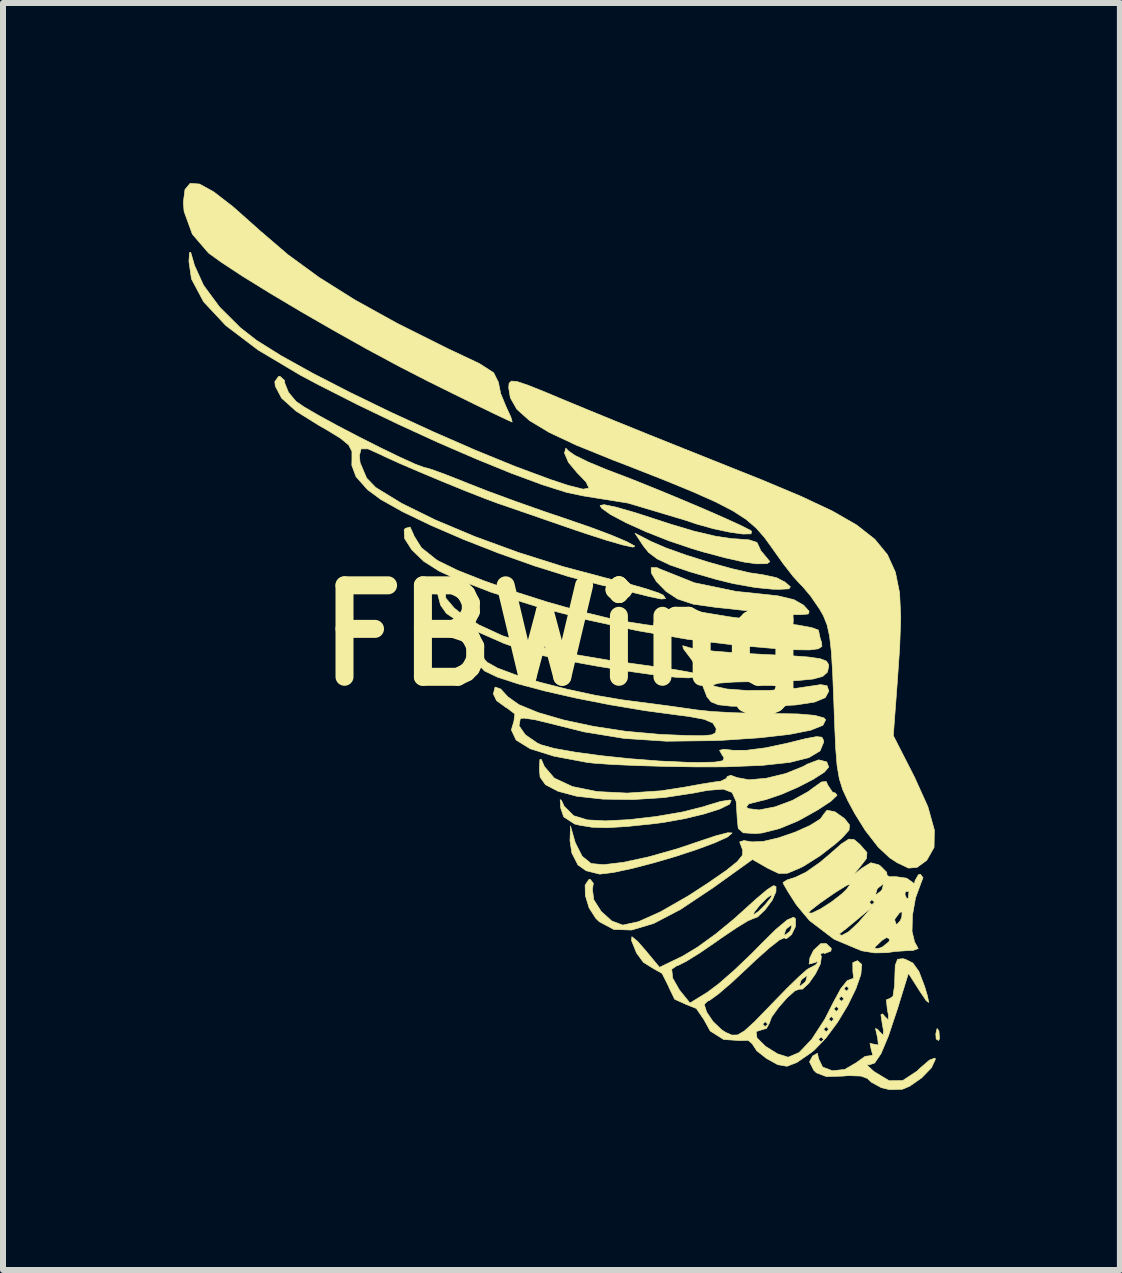
<source format=kicad_pcb>
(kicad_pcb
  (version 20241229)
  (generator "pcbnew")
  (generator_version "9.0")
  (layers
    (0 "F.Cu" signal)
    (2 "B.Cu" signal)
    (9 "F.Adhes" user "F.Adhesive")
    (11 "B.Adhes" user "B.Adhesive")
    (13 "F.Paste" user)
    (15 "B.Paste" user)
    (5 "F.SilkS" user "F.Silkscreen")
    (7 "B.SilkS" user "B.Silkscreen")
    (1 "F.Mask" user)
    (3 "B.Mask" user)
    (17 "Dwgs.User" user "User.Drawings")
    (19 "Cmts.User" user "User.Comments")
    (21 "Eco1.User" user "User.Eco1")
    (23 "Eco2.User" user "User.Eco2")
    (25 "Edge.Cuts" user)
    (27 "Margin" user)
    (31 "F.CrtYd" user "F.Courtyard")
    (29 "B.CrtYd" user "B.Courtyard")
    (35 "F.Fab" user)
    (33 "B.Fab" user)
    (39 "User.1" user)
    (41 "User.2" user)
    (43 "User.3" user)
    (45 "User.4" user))
  (footprint "FBWing"
    (layer "F.Cu")
    (at 6.355 7.537)
    (property "Reference" "FBWing" (at 0 0 0) (layer "F.SilkS") (effects (font (size 1.524 1.524) (thickness 0.3))))
    (attr through_hole)
    (fp_poly (pts (xy 6.239 6.588) (xy 6.249 6.72) (xy 6.232 6.75) (xy 6.193 6.725) (xy 6.187 6.639) (xy 6.208 6.549) (xy 6.239 6.588)) (stroke (width 0.01) (type solid)) (fill yes) (layer "F.SilkS"))
    (fp_poly (pts (xy 1.445 -1.564) (xy 1.688 -1.459) (xy 2.024 -1.339) (xy 2.405 -1.219) (xy 2.777 -1.115) (xy 3.092 -1.042) (xy 3.296 -1.013) (xy 3.533 -0.962) (xy 3.678 -0.886) (xy 3.764 -0.811) (xy 3.741 -0.776) (xy 3.583 -0.768) (xy 3.466 -0.77) (xy 3.179 -0.798) (xy 2.819 -0.862) (xy 2.54 -0.93) (xy 2.084 -1.062) (xy 1.763 -1.172) (xy 1.546 -1.274) (xy 1.402 -1.382) (xy 1.313 -1.493) (xy 1.175 -1.703) (xy 1.445 -1.564)) (stroke (width 0.01) (type solid)) (fill yes) (layer "F.SilkS"))
    (fp_poly (pts (xy 1.539 -1.13) (xy 1.587 -1.108) (xy 2.165 -0.877) (xy 2.86 -0.733) (xy 3.157 -0.703) (xy 3.558 -0.659) (xy 3.822 -0.596) (xy 3.981 -0.506) (xy 3.993 -0.494) (xy 4.077 -0.401) (xy 4.063 -0.357) (xy 3.926 -0.345) (xy 3.747 -0.348) (xy 3.479 -0.36) (xy 3.271 -0.377) (xy 3.217 -0.386) (xy 3.072 -0.407) (xy 2.814 -0.437) (xy 2.517 -0.468) (xy 2.144 -0.521) (xy 1.883 -0.608) (xy 1.692 -0.734) (xy 1.531 -0.899) (xy 1.446 -1.042) (xy 1.445 -1.13) (xy 1.539 -1.13)) (stroke (width 0.01) (type solid)) (fill yes) (layer "F.SilkS"))
    (fp_poly (pts (xy 0.18 3.454) (xy 0.295 3.68) (xy 0.445 3.801) (xy 0.651 3.82) (xy 0.98 3.781) (xy 1.397 3.691) (xy 1.869 3.558) (xy 2.262 3.426) (xy 2.528 3.337) (xy 2.719 3.288) (xy 2.794 3.291) (xy 2.794 3.291) (xy 2.718 3.358) (xy 2.512 3.452) (xy 2.214 3.563) (xy 1.86 3.68) (xy 1.484 3.79) (xy 1.123 3.884) (xy 0.814 3.95) (xy 0.591 3.977) (xy 0.585 3.977) (xy 0.361 3.921) (xy 0.225 3.825) (xy 0.123 3.626) (xy 0.092 3.422) (xy 0.1 3.175) (xy 0.18 3.454)) (stroke (width 0.01) (type solid)) (fill yes) (layer "F.SilkS"))
    (fp_poly (pts (xy -0.047 2.755) (xy -0.006 2.845) (xy 0.153 3.004) (xy 0.384 3.074) (xy 0.681 3.09) (xy 1.082 3.069) (xy 1.528 3.017) (xy 1.961 2.943) (xy 2.32 2.853) (xy 2.379 2.833) (xy 2.602 2.766) (xy 2.751 2.743) (xy 2.778 2.75) (xy 2.751 2.812) (xy 2.591 2.891) (xy 2.331 2.974) (xy 2.005 3.053) (xy 1.647 3.117) (xy 1.494 3.137) (xy 1.038 3.184) (xy 0.707 3.204) (xy 0.457 3.196) (xy 0.245 3.161) (xy 0.169 3.142) (xy -0.013 3.023) (xy -0.063 2.875) (xy -0.072 2.735) (xy -0.047 2.755)) (stroke (width 0.01) (type solid)) (fill yes) (layer "F.SilkS"))
    (fp_poly (pts (xy 0.861 -2.137) (xy 1.206 -2.037) (xy 1.7 -1.876) (xy 1.777 -1.851) (xy 2.151 -1.739) (xy 2.512 -1.654) (xy 2.796 -1.611) (xy 2.857 -1.609) (xy 3.077 -1.592) (xy 3.204 -1.551) (xy 3.217 -1.53) (xy 3.271 -1.413) (xy 3.35 -1.318) (xy 3.423 -1.229) (xy 3.376 -1.195) (xy 3.202 -1.193) (xy 2.998 -1.221) (xy 2.686 -1.291) (xy 2.318 -1.389) (xy 2.127 -1.446) (xy 1.741 -1.576) (xy 1.364 -1.725) (xy 1.029 -1.876) (xy 0.769 -2.013) (xy 0.618 -2.121) (xy 0.593 -2.164) (xy 0.659 -2.179) (xy 0.861 -2.137)) (stroke (width 0.01) (type solid)) (fill yes) (layer "F.SilkS"))
    (fp_poly (pts (xy -1.974 -0.866) (xy -1.987 -0.769) (xy -1.977 -0.621) (xy -1.837 -0.456) (xy -1.756 -0.391) (xy -1.426 -0.176) (xy -1.034 0.005) (xy -0.557 0.159) (xy 0.031 0.294) (xy 0.752 0.416) (xy 1.184 0.476) (xy 1.57 0.529) (xy 1.89 0.578) (xy 2.11 0.618) (xy 2.193 0.641) (xy 2.199 0.692) (xy 2.066 0.708) (xy 1.863 0.698) (xy 1.495 0.658) (xy 1.036 0.593) (xy 0.541 0.512) (xy 0.063 0.425) (xy -0.345 0.34) (xy -0.593 0.277) (xy -1.006 0.134) (xy -1.425 -0.05) (xy -1.786 -0.243) (xy -1.968 -0.367) (xy -2.064 -0.504) (xy -2.112 -0.686) (xy -2.105 -0.85) (xy -2.038 -0.93) (xy -2.026 -0.931) (xy -1.974 -0.866)) (stroke (width 0.01) (type solid)) (fill yes) (layer "F.SilkS"))
    (fp_poly (pts (xy -6.081 -7.521) (xy -5.846 -7.392) (xy -5.521 -7.141) (xy -5.098 -6.765) (xy -5.069 -6.739) (xy -4.608 -6.344) (xy -4.089 -5.965) (xy -3.489 -5.588) (xy -2.786 -5.199) (xy -1.956 -4.784) (xy -1.418 -4.53) (xy -1.18 -4.377) (xy -1.101 -4.219) (xy -1.063 -4.03) (xy -0.971 -3.806) (xy -0.893 -3.638) (xy -0.871 -3.557) (xy -0.873 -3.556) (xy -0.955 -3.592) (xy -1.164 -3.691) (xy -1.476 -3.842) (xy -1.865 -4.033) (xy -2.277 -4.237) (xy -2.754 -4.482) (xy -3.286 -4.768) (xy -3.843 -5.08) (xy -4.395 -5.398) (xy -4.912 -5.706) (xy -5.364 -5.985) (xy -5.721 -6.22) (xy -5.931 -6.372) (xy -6.2 -6.685) (xy -6.338 -7.064) (xy -6.35 -7.216) (xy -6.323 -7.429) (xy -6.237 -7.532) (xy -6.081 -7.521)) (stroke (width 0.01) (type solid)) (fill yes) (layer "F.SilkS"))
    (fp_poly (pts (xy 2.059 0.197) (xy 2.076 0.204) (xy 2.222 0.233) (xy 2.499 0.263) (xy 2.867 0.292) (xy 3.289 0.315) (xy 3.323 0.317) (xy 3.771 0.338) (xy 4.076 0.361) (xy 4.265 0.389) (xy 4.364 0.428) (xy 4.4 0.483) (xy 4.403 0.511) (xy 4.382 0.612) (xy 4.304 0.682) (xy 4.143 0.727) (xy 3.875 0.753) (xy 3.474 0.765) (xy 3.232 0.768) (xy 2.823 0.777) (xy 2.568 0.796) (xy 2.474 0.824) (xy 2.498 0.847) (xy 2.708 0.893) (xy 3.029 0.917) (xy 3.405 0.916) (xy 3.78 0.892) (xy 4.043 0.854) (xy 4.269 0.82) (xy 4.374 0.838) (xy 4.402 0.918) (xy 4.403 0.932) (xy 4.346 1.036) (xy 4.168 1.111) (xy 3.854 1.159) (xy 3.392 1.182) (xy 3.114 1.184) (xy 2.774 1.179) (xy 2.563 1.156) (xy 2.443 1.107) (xy 2.374 1.023) (xy 2.374 1.022) (xy 2.301 0.833) (xy 2.286 0.737) (xy 2.237 0.592) (xy 2.116 0.4) (xy 2.098 0.376) (xy 1.982 0.222) (xy 1.97 0.171) (xy 2.059 0.197)) (stroke (width 0.01) (type solid)) (fill yes) (layer "F.SilkS"))
    (fp_poly (pts (xy -2.509 -1.668) (xy -2.508 -1.66) (xy -2.384 -1.461) (xy -2.134 -1.261) (xy -2.095 -1.238) (xy -1.785 -1.086) (xy -1.352 -0.914) (xy -0.841 -0.733) (xy -0.294 -0.559) (xy 0.246 -0.406) (xy 0.734 -0.287) (xy 1.016 -0.232) (xy 1.363 -0.177) (xy 1.577 -0.153) (xy 1.692 -0.162) (xy 1.741 -0.208) (xy 1.76 -0.293) (xy 1.761 -0.298) (xy 1.783 -0.393) (xy 1.839 -0.438) (xy 1.969 -0.439) (xy 2.21 -0.401) (xy 2.354 -0.375) (xy 2.742 -0.311) (xy 3.196 -0.251) (xy 3.577 -0.209) (xy 3.886 -0.173) (xy 4.117 -0.131) (xy 4.229 -0.09) (xy 4.233 -0.082) (xy 4.261 0.05) (xy 4.285 0.12) (xy 4.289 0.183) (xy 4.23 0.223) (xy 4.087 0.242) (xy 3.841 0.239) (xy 3.47 0.216) (xy 2.954 0.172) (xy 2.879 0.166) (xy 2.071 0.068) (xy 1.219 -0.078) (xy 0.362 -0.264) (xy -0.461 -0.48) (xy -1.211 -0.715) (xy -1.849 -0.961) (xy -2.089 -1.072) (xy -2.344 -1.234) (xy -2.544 -1.427) (xy -2.663 -1.613) (xy -2.671 -1.759) (xy -2.652 -1.784) (xy -2.571 -1.805) (xy -2.509 -1.668)) (stroke (width 0.01) (type solid)) (fill yes) (layer "F.SilkS"))
    (fp_poly (pts (xy 4.507 2.939) (xy 4.665 3.051) (xy 4.673 3.06) (xy 4.75 3.158) (xy 4.741 3.246) (xy 4.629 3.371) (xy 4.515 3.473) (xy 4.258 3.672) (xy 3.989 3.842) (xy 3.92 3.877) (xy 3.715 3.963) (xy 3.57 3.966) (xy 3.4 3.886) (xy 3.38 3.875) (xy 3.132 3.733) (xy 2.48 4.201) (xy 1.936 4.564) (xy 1.487 4.799) (xy 1.119 4.909) (xy 0.822 4.899) (xy 0.581 4.771) (xy 0.523 4.715) (xy 0.41 4.539) (xy 0.348 4.335) (xy 0.344 4.16) (xy 0.406 4.068) (xy 0.429 4.064) (xy 0.481 4.13) (xy 0.466 4.232) (xy 0.488 4.404) (xy 0.611 4.598) (xy 0.788 4.758) (xy 0.969 4.826) (xy 0.973 4.826) (xy 1.232 4.77) (xy 1.6 4.605) (xy 2.061 4.341) (xy 2.386 4.13) (xy 2.695 3.917) (xy 2.88 3.768) (xy 2.965 3.662) (xy 2.97 3.574) (xy 2.956 3.542) (xy 2.919 3.44) (xy 2.99 3.418) (xy 3.124 3.44) (xy 3.309 3.433) (xy 3.565 3.373) (xy 3.842 3.278) (xy 4.092 3.166) (xy 4.266 3.057) (xy 4.318 2.982) (xy 4.374 2.912) (xy 4.507 2.939)) (stroke (width 0.01) (type solid)) (fill yes) (layer "F.SilkS"))
    (fp_poly (pts (xy -6.184 -6.235) (xy -6.165 -6.167) (xy -6.014 -5.834) (xy -5.747 -5.472) (xy -5.4 -5.126) (xy -5.13 -4.916) (xy -4.726 -4.663) (xy -4.197 -4.369) (xy -3.575 -4.049) (xy -2.893 -3.718) (xy -2.185 -3.392) (xy -1.484 -3.086) (xy -0.823 -2.816) (xy -0.236 -2.598) (xy 0.064 -2.499) (xy 0.31 -2.437) (xy 0.408 -2.454) (xy 0.36 -2.556) (xy 0.212 -2.709) (xy 0.067 -2.882) (xy 0.002 -3.033) (xy 0.001 -3.042) (xy 0.023 -3.12) (xy 0.067 -3.074) (xy 0.172 -3) (xy 0.395 -2.89) (xy 0.695 -2.765) (xy 0.806 -2.723) (xy 1.135 -2.597) (xy 1.518 -2.443) (xy 1.922 -2.276) (xy 2.314 -2.11) (xy 2.662 -1.958) (xy 2.932 -1.835) (xy 3.091 -1.754) (xy 3.118 -1.736) (xy 3.109 -1.692) (xy 2.974 -1.689) (xy 2.752 -1.72) (xy 2.48 -1.778) (xy 2.195 -1.858) (xy 2.032 -1.914) (xy 1.057 -2.205) (xy 0.32 -2.323) (xy 0.038 -2.382) (xy -0.369 -2.511) (xy -0.878 -2.699) (xy -1.463 -2.937) (xy -2.102 -3.213) (xy -2.769 -3.519) (xy -3.441 -3.842) (xy -4.095 -4.174) (xy -4.4 -4.336) (xy -5.104 -4.755) (xy -5.641 -5.162) (xy -6.012 -5.558) (xy -6.215 -5.94) (xy -6.257 -6.23) (xy -6.248 -6.378) (xy -6.228 -6.383) (xy -6.184 -6.235)) (stroke (width 0.01) (type solid)) (fill yes) (layer "F.SilkS"))
    (fp_poly (pts (xy -0.335 2.184) (xy -0.17 2.377) (xy 0.131 2.518) (xy 0.545 2.602) (xy 1.046 2.627) (xy 1.609 2.589) (xy 1.995 2.529) (xy 2.282 2.477) (xy 2.507 2.441) (xy 2.603 2.43) (xy 2.702 2.381) (xy 2.709 2.354) (xy 2.77 2.33) (xy 2.876 2.369) (xy 3.076 2.406) (xy 3.366 2.379) (xy 3.687 2.301) (xy 3.977 2.184) (xy 4.045 2.145) (xy 4.236 2.073) (xy 4.37 2.107) (xy 4.403 2.193) (xy 4.331 2.278) (xy 4.144 2.398) (xy 3.89 2.529) (xy 3.613 2.649) (xy 3.359 2.735) (xy 3.27 2.756) (xy 3.07 2.807) (xy 3.031 2.86) (xy 3.064 2.886) (xy 3.242 2.908) (xy 3.506 2.857) (xy 3.798 2.749) (xy 4.062 2.602) (xy 4.123 2.556) (xy 4.284 2.441) (xy 4.362 2.435) (xy 4.388 2.495) (xy 4.465 2.611) (xy 4.515 2.627) (xy 4.542 2.665) (xy 4.44 2.762) (xy 4.23 2.901) (xy 3.935 3.067) (xy 3.876 3.097) (xy 3.583 3.218) (xy 3.292 3.292) (xy 3.178 3.302) (xy 2.978 3.289) (xy 2.895 3.217) (xy 2.877 3.04) (xy 2.877 3.027) (xy 2.861 2.767) (xy 2.793 2.617) (xy 2.645 2.561) (xy 2.385 2.582) (xy 2.144 2.628) (xy 1.66 2.702) (xy 1.142 2.735) (xy 0.64 2.728) (xy 0.205 2.68) (xy -0.106 2.597) (xy -0.317 2.487) (xy -0.406 2.361) (xy -0.418 2.227) (xy -0.41 2.068) (xy -0.385 2.067) (xy -0.335 2.184)) (stroke (width 0.01) (type solid)) (fill yes) (layer "F.SilkS"))
    (fp_poly (pts (xy -0.787 -4.229) (xy -0.606 -4.168) (xy -0.314 -4.051) (xy -0.021 -3.928) (xy 0.358 -3.771) (xy 0.849 -3.57) (xy 1.407 -3.344) (xy 1.988 -3.111) (xy 2.484 -2.913) (xy 3.283 -2.594) (xy 3.938 -2.319) (xy 4.462 -2.073) (xy 4.868 -1.84) (xy 5.17 -1.603) (xy 5.381 -1.346) (xy 5.514 -1.053) (xy 5.584 -0.708) (xy 5.603 -0.295) (xy 5.585 0.203) (xy 5.546 0.771) (xy 5.479 1.669) (xy 5.83 2.357) (xy 6.055 2.854) (xy 6.163 3.242) (xy 6.158 3.533) (xy 6.04 3.741) (xy 6.026 3.755) (xy 5.875 3.865) (xy 5.733 3.877) (xy 5.545 3.788) (xy 5.417 3.704) (xy 5.226 3.525) (xy 5.011 3.248) (xy 4.834 2.963) (xy 4.718 2.747) (xy 4.635 2.567) (xy 4.579 2.386) (xy 4.542 2.169) (xy 4.519 1.88) (xy 4.501 1.481) (xy 4.489 1.143) (xy 4.469 0.64) (xy 4.447 0.273) (xy 4.417 0.012) (xy 4.375 -0.176) (xy 4.316 -0.324) (xy 4.253 -0.435) (xy 4.101 -0.657) (xy 3.957 -0.827) (xy 3.927 -0.855) (xy 3.812 -0.98) (xy 3.642 -1.199) (xy 3.464 -1.45) (xy 3.331 -1.634) (xy 3.192 -1.791) (xy 3.025 -1.934) (xy 2.81 -2.073) (xy 2.525 -2.221) (xy 2.151 -2.388) (xy 1.667 -2.587) (xy 1.051 -2.829) (xy 0.804 -2.924) (xy 0.199 -3.169) (xy -0.258 -3.384) (xy -0.583 -3.58) (xy -0.793 -3.768) (xy -0.902 -3.959) (xy -0.929 -4.124) (xy -0.923 -4.201) (xy -0.884 -4.238) (xy -0.787 -4.229)) (stroke (width 0.01) (type solid)) (fill yes) (layer "F.SilkS"))
    (fp_poly (pts (xy 5.679 5.396) (xy 5.805 5.459) (xy 5.905 5.598) (xy 6.001 5.849) (xy 6.049 6.011) (xy 6.07 6.116) (xy 6.029 6.088) (xy 5.92 5.927) (xy 5.731 5.63) (xy 5.548 6.223) (xy 5.399 6.671) (xy 5.275 6.967) (xy 5.169 7.124) (xy 5.073 7.157) (xy 5.055 7.149) (xy 5.04 7.159) (xy 5.137 7.249) (xy 5.165 7.272) (xy 5.411 7.42) (xy 5.635 7.417) (xy 5.874 7.26) (xy 5.933 7.203) (xy 6.083 7.075) (xy 6.171 7.042) (xy 6.181 7.061) (xy 6.114 7.204) (xy 5.953 7.371) (xy 5.752 7.511) (xy 5.63 7.562) (xy 5.414 7.568) (xy 5.279 7.535) (xy 5.114 7.445) (xy 5.048 7.382) (xy 4.94 7.342) (xy 4.73 7.335) (xy 4.634 7.343) (xy 4.362 7.35) (xy 4.198 7.288) (xy 4.153 7.244) (xy 4.083 7.105) (xy 4.135 7.007) (xy 4.215 6.962) (xy 4.233 7.051) (xy 4.301 7.192) (xy 4.465 7.254) (xy 4.671 7.231) (xy 4.858 7.122) (xy 5.009 7.014) (xy 5.109 7) (xy 5.112 7.003) (xy 5.137 6.99) (xy 5.112 6.905) (xy 5.09 6.796) (xy 5.159 6.812) (xy 5.23 6.824) (xy 5.218 6.707) (xy 5.211 6.678) (xy 5.182 6.549) (xy 5.219 6.565) (xy 5.251 6.604) (xy 5.311 6.661) (xy 5.315 6.583) (xy 5.296 6.477) (xy 5.272 6.318) (xy 5.301 6.306) (xy 5.338 6.35) (xy 5.397 6.407) (xy 5.398 6.326) (xy 5.38 6.237) (xy 5.363 6.071) (xy 5.415 6.052) (xy 5.473 6.015) (xy 5.501 5.825) (xy 5.503 5.728) (xy 5.511 5.497) (xy 5.55 5.396) (xy 5.638 5.386) (xy 5.679 5.396)) (stroke (width 0.01) (type solid)) (fill yes) (layer "F.SilkS"))
    (fp_poly (pts (xy -4.666 -4.25) (xy -4.657 -4.194) (xy -4.599 -4.051) (xy -4.473 -3.899) (xy -4.342 -3.809) (xy -4.102 -3.669) (xy -3.787 -3.497) (xy -3.433 -3.312) (xy -3.075 -3.131) (xy -2.749 -2.973) (xy -2.49 -2.855) (xy -2.334 -2.797) (xy -2.313 -2.794) (xy -2.207 -2.763) (xy -1.987 -2.683) (xy -1.695 -2.568) (xy -1.609 -2.533) (xy -1.264 -2.398) (xy -0.821 -2.235) (xy -0.339 -2.065) (xy 0.042 -1.936) (xy 0.439 -1.799) (xy 0.783 -1.67) (xy 1.038 -1.562) (xy 1.169 -1.49) (xy 1.173 -1.487) (xy 1.141 -1.471) (xy 0.975 -1.506) (xy 0.699 -1.586) (xy 0.339 -1.702) (xy 0.199 -1.749) (xy -0.221 -1.894) (xy -0.599 -2.025) (xy -0.898 -2.128) (xy -1.082 -2.191) (xy -1.101 -2.197) (xy -1.334 -2.284) (xy -1.663 -2.413) (xy -2.04 -2.567) (xy -2.419 -2.726) (xy -2.752 -2.869) (xy -2.992 -2.978) (xy -3.046 -3.005) (xy -3.274 -3.108) (xy -3.389 -3.108) (xy -3.417 -2.995) (xy -3.405 -2.877) (xy -3.296 -2.621) (xy -3.144 -2.464) (xy -2.713 -2.2) (xy -2.15 -1.923) (xy -1.49 -1.646) (xy -0.768 -1.382) (xy -0.018 -1.145) (xy 0.677 -0.96) (xy 1.049 -0.866) (xy 1.36 -0.777) (xy 1.573 -0.706) (xy 1.647 -0.67) (xy 1.685 -0.613) (xy 1.613 -0.606) (xy 1.41 -0.648) (xy 1.312 -0.673) (xy 1.082 -0.729) (xy 0.774 -0.802) (xy 0.593 -0.844) (xy 0.07 -0.98) (xy -0.504 -1.16) (xy -1.099 -1.371) (xy -1.683 -1.6) (xy -2.225 -1.834) (xy -2.695 -2.06) (xy -3.062 -2.266) (xy -3.282 -2.429) (xy -3.473 -2.644) (xy -3.543 -2.833) (xy -3.541 -2.937) (xy -3.541 -3.066) (xy -3.596 -3.173) (xy -3.735 -3.287) (xy -3.986 -3.44) (xy -4.083 -3.494) (xy -4.472 -3.737) (xy -4.712 -3.952) (xy -4.818 -4.152) (xy -4.826 -4.228) (xy -4.765 -4.314) (xy -4.741 -4.318) (xy -4.666 -4.25)) (stroke (width 0.01) (type solid)) (fill yes) (layer "F.SilkS"))
    (fp_poly (pts (xy -1.447 0.152) (xy -1.439 0.199) (xy -1.381 0.341) (xy -1.291 0.446) (xy -1.117 0.544) (xy -0.812 0.658) (xy -0.415 0.779) (xy 0.039 0.895) (xy 0.511 0.997) (xy 0.965 1.074) (xy 1.101 1.092) (xy 1.49 1.142) (xy 1.867 1.193) (xy 2.16 1.235) (xy 2.201 1.241) (xy 2.454 1.268) (xy 2.817 1.288) (xy 3.23 1.3) (xy 3.447 1.301) (xy 3.885 1.308) (xy 4.171 1.332) (xy 4.321 1.374) (xy 4.352 1.406) (xy 4.306 1.498) (xy 4.101 1.58) (xy 3.745 1.65) (xy 3.249 1.706) (xy 2.622 1.748) (xy 2.502 1.753) (xy 1.702 1.763) (xy 0.999 1.717) (xy 0.33 1.608) (xy -0.239 1.466) (xy -0.495 1.404) (xy -0.678 1.378) (xy -0.736 1.386) (xy -0.757 1.506) (xy -0.653 1.655) (xy -0.455 1.792) (xy -0.391 1.822) (xy -0.171 1.883) (xy 0.177 1.945) (xy 0.613 2.004) (xy 1.097 2.055) (xy 1.587 2.093) (xy 2.043 2.114) (xy 2.233 2.117) (xy 2.506 2.111) (xy 2.639 2.088) (xy 2.659 2.04) (xy 2.628 1.994) (xy 2.584 1.915) (xy 2.655 1.896) (xy 2.808 1.914) (xy 3.032 1.914) (xy 3.349 1.873) (xy 3.694 1.8) (xy 3.704 1.798) (xy 4.017 1.72) (xy 4.201 1.686) (xy 4.289 1.696) (xy 4.317 1.749) (xy 4.318 1.781) (xy 4.258 1.925) (xy 4.073 2.036) (xy 3.753 2.116) (xy 3.29 2.166) (xy 2.674 2.19) (xy 2.199 2.191) (xy 1.693 2.183) (xy 1.212 2.169) (xy 0.798 2.151) (xy 0.491 2.129) (xy 0.381 2.117) (xy -0.177 2.012) (xy -0.572 1.888) (xy -0.806 1.743) (xy -0.885 1.575) (xy -0.842 1.428) (xy -0.827 1.308) (xy -0.957 1.209) (xy -0.976 1.2) (xy -1.132 1.086) (xy -1.185 0.975) (xy -1.156 0.86) (xy -1.062 0.893) (xy -0.944 1.022) (xy -0.759 1.154) (xy -0.437 1.286) (xy -0.011 1.41) (xy 0.487 1.516) (xy 1.025 1.598) (xy 1.57 1.647) (xy 1.636 1.651) (xy 2.04 1.668) (xy 2.302 1.671) (xy 2.452 1.657) (xy 2.518 1.622) (xy 2.527 1.563) (xy 2.525 1.546) (xy 2.472 1.46) (xy 2.329 1.398) (xy 2.064 1.349) (xy 1.904 1.329) (xy 1.345 1.254) (xy 0.766 1.157) (xy 0.199 1.046) (xy -0.324 0.927) (xy -0.774 0.807) (xy -1.118 0.695) (xy -1.327 0.595) (xy -1.331 0.593) (xy -1.464 0.456) (xy -1.556 0.29) (xy -1.587 0.149) (xy -1.536 0.085) (xy -1.53 0.085) (xy -1.447 0.152)) (stroke (width 0.01) (type solid)) (fill yes) (layer "F.SilkS"))
    (fp_poly (pts (xy 4.826 3.401) (xy 4.921 3.481) (xy 4.931 3.492) (xy 5.04 3.618) (xy 5.032 3.717) (xy 4.939 3.838) (xy 4.836 3.963) (xy 4.846 3.968) (xy 4.953 3.88) (xy 5.104 3.788) (xy 5.234 3.821) (xy 5.269 3.846) (xy 5.369 3.947) (xy 5.375 3.995) (xy 5.412 4.021) (xy 5.525 4.02) (xy 5.701 4.045) (xy 5.777 4.098) (xy 5.832 4.138) (xy 5.841 4.085) (xy 5.897 3.987) (xy 5.93 3.979) (xy 5.974 4.037) (xy 5.939 4.128) (xy 5.849 4.374) (xy 5.798 4.663) (xy 5.791 4.93) (xy 5.834 5.111) (xy 5.844 5.125) (xy 5.894 5.218) (xy 5.807 5.249) (xy 5.747 5.25) (xy 5.507 5.266) (xy 5.376 5.286) (xy 5.171 5.29) (xy 4.953 5.255) (xy 4.856 5.215) (xy 5.165 5.215) (xy 5.229 5.216) (xy 5.292 5.195) (xy 5.404 5.106) (xy 5.419 5.061) (xy 5.368 5.033) (xy 5.292 5.08) (xy 5.187 5.18) (xy 5.165 5.215) (xy 4.856 5.215) (xy 4.492 5.062) (xy 4.376 4.974) (xy 4.579 4.974) (xy 4.606 4.995) (xy 4.628 4.995) (xy 4.735 4.937) (xy 4.889 4.794) (xy 4.917 4.763) (xy 4.931 4.746) (xy 5.503 4.746) (xy 5.531 4.823) (xy 5.593 4.756) (xy 5.62 4.695) (xy 5.626 4.607) (xy 5.587 4.615) (xy 5.506 4.723) (xy 5.503 4.746) (xy 4.931 4.746) (xy 5.122 4.53) (xy 4.868 4.741) (xy 4.698 4.882) (xy 4.59 4.966) (xy 4.579 4.974) (xy 4.376 4.974) (xy 4.084 4.752) (xy 3.975 4.623) (xy 4.064 4.623) (xy 4.123 4.627) (xy 4.267 4.557) (xy 4.442 4.445) (xy 5.08 4.445) (xy 5.122 4.487) (xy 5.165 4.445) (xy 5.122 4.403) (xy 5.08 4.445) (xy 4.442 4.445) (xy 4.448 4.441) (xy 4.615 4.312) (xy 5.185 4.312) (xy 5.197 4.318) (xy 5.673 4.318) (xy 5.704 4.388) (xy 5.729 4.374) (xy 5.739 4.274) (xy 5.729 4.262) (xy 5.679 4.273) (xy 5.673 4.318) (xy 5.197 4.318) (xy 5.274 4.258) (xy 5.292 4.233) (xy 5.313 4.154) (xy 5.302 4.149) (xy 5.224 4.208) (xy 5.207 4.233) (xy 5.185 4.312) (xy 4.615 4.312) (xy 4.619 4.309) (xy 4.699 4.232) (xy 4.761 4.149) (xy 4.708 4.161) (xy 4.531 4.271) (xy 4.466 4.314) (xy 4.249 4.466) (xy 4.103 4.58) (xy 4.064 4.623) (xy 3.975 4.623) (xy 3.862 4.486) (xy 3.732 4.283) (xy 3.652 4.146) (xy 3.641 4.117) (xy 3.712 4.073) (xy 3.845 4.031) (xy 4.021 3.947) (xy 4.254 3.784) (xy 4.409 3.654) (xy 4.614 3.474) (xy 4.738 3.394) (xy 4.826 3.401)) (stroke (width 0.01) (type solid)) (fill yes) (layer "F.SilkS"))
    (fp_poly (pts (xy 3.525 4.183) (xy 3.524 4.264) (xy 3.523 4.272) (xy 3.461 4.413) (xy 3.342 4.573) (xy 3.216 4.692) (xy 3.144 4.718) (xy 3.055 4.756) (xy 2.866 4.872) (xy 2.612 5.043) (xy 2.529 5.102) (xy 2.257 5.289) (xy 2.031 5.429) (xy 1.891 5.5) (xy 1.873 5.503) (xy 1.787 5.562) (xy 1.803 5.71) (xy 1.915 5.907) (xy 1.935 5.932) (xy 2.091 6.125) (xy 2.382 5.946) (xy 2.572 5.803) (xy 2.832 5.576) (xy 3.118 5.303) (xy 3.238 5.181) (xy 3.43 4.99) (xy 3.661 4.99) (xy 3.673 4.995) (xy 3.75 4.936) (xy 3.768 4.911) (xy 3.789 4.832) (xy 3.778 4.826) (xy 3.7 4.886) (xy 3.683 4.911) (xy 3.661 4.99) (xy 3.43 4.99) (xy 3.521 4.9) (xy 3.71 4.741) (xy 3.818 4.695) (xy 3.85 4.722) (xy 3.848 4.853) (xy 3.784 4.985) (xy 3.699 5.053) (xy 3.657 5.04) (xy 3.581 5.075) (xy 3.414 5.206) (xy 3.185 5.41) (xy 3.042 5.546) (xy 2.784 5.786) (xy 2.566 5.973) (xy 2.419 6.08) (xy 2.381 6.096) (xy 2.329 6.149) (xy 2.369 6.276) (xy 2.474 6.432) (xy 2.618 6.57) (xy 2.685 6.614) (xy 2.789 6.659) (xy 2.884 6.657) (xy 3 6.589) (xy 3.123 6.477) (xy 3.302 6.477) (xy 3.344 6.519) (xy 3.387 6.477) (xy 3.344 6.435) (xy 3.302 6.477) (xy 3.123 6.477) (xy 3.168 6.436) (xy 3.417 6.18) (xy 3.459 6.136) (xy 3.705 5.883) (xy 3.753 5.836) (xy 3.915 5.836) (xy 3.927 5.842) (xy 4.004 5.782) (xy 4.022 5.757) (xy 4.043 5.678) (xy 4.032 5.673) (xy 3.954 5.732) (xy 3.937 5.757) (xy 3.915 5.836) (xy 3.753 5.836) (xy 3.91 5.684) (xy 4.043 5.566) (xy 4.078 5.546) (xy 4.181 5.492) (xy 4.205 5.469) (xy 4.217 5.431) (xy 4.17 5.452) (xy 4.076 5.476) (xy 4.089 5.373) (xy 4.15 5.247) (xy 4.271 5.135) (xy 4.361 5.134) (xy 4.446 5.215) (xy 4.439 5.26) (xy 4.338 5.299) (xy 4.313 5.289) (xy 4.268 5.305) (xy 4.28 5.357) (xy 4.264 5.474) (xy 4.182 5.639) (xy 4.071 5.797) (xy 3.967 5.893) (xy 3.918 5.894) (xy 3.841 5.92) (xy 3.71 6.037) (xy 3.567 6.199) (xy 3.453 6.357) (xy 3.412 6.464) (xy 3.412 6.466) (xy 3.364 6.551) (xy 3.33 6.558) (xy 3.193 6.601) (xy 3.208 6.707) (xy 3.351 6.848) (xy 3.551 6.972) (xy 3.723 7.027) (xy 3.729 7.027) (xy 3.91 6.95) (xy 4.119 6.731) (xy 4.119 6.731) (xy 4.233 6.731) (xy 4.276 6.773) (xy 4.318 6.731) (xy 4.276 6.689) (xy 4.233 6.731) (xy 4.119 6.731) (xy 4.229 6.562) (xy 4.318 6.562) (xy 4.36 6.604) (xy 4.403 6.562) (xy 4.36 6.519) (xy 4.318 6.562) (xy 4.229 6.562) (xy 4.338 6.394) (xy 4.339 6.392) (xy 4.403 6.392) (xy 4.445 6.435) (xy 4.487 6.392) (xy 4.445 6.35) (xy 4.403 6.392) (xy 4.339 6.392) (xy 4.425 6.223) (xy 4.487 6.223) (xy 4.53 6.265) (xy 4.572 6.223) (xy 4.53 6.181) (xy 4.487 6.223) (xy 4.425 6.223) (xy 4.479 6.116) (xy 4.513 6.054) (xy 4.572 6.054) (xy 4.614 6.096) (xy 4.657 6.054) (xy 4.614 6.011) (xy 4.572 6.054) (xy 4.513 6.054) (xy 4.602 5.889) (xy 4.606 5.884) (xy 4.657 5.884) (xy 4.699 5.927) (xy 4.741 5.884) (xy 4.699 5.842) (xy 4.657 5.884) (xy 4.606 5.884) (xy 4.711 5.752) (xy 4.768 5.731) (xy 4.818 5.711) (xy 4.805 5.601) (xy 4.804 5.452) (xy 4.882 5.419) (xy 4.953 5.481) (xy 4.939 5.648) (xy 4.856 5.886) (xy 4.721 6.163) (xy 4.549 6.448) (xy 4.357 6.707) (xy 4.162 6.91) (xy 4.111 6.951) (xy 3.873 7.115) (xy 3.707 7.179) (xy 3.553 7.152) (xy 3.365 7.048) (xy 3.204 6.921) (xy 3.133 6.812) (xy 3.133 6.808) (xy 3.062 6.747) (xy 2.93 6.751) (xy 2.653 6.733) (xy 2.429 6.592) (xy 2.322 6.399) (xy 2.197 6.216) (xy 2.033 6.151) (xy 1.836 6.062) (xy 1.74 5.864) (xy 1.738 5.854) (xy 1.626 5.631) (xy 1.491 5.556) (xy 1.314 5.446) (xy 1.2 5.29) (xy 1.117 5.083) (xy 1.123 5.019) (xy 1.219 5.098) (xy 1.345 5.242) (xy 1.584 5.53) (xy 1.969 5.344) (xy 2.215 5.196) (xy 2.524 4.972) (xy 2.837 4.714) (xy 2.9 4.657) (xy 3.149 4.657) (xy 3.23 4.601) (xy 3.344 4.487) (xy 3.442 4.365) (xy 3.455 4.318) (xy 3.374 4.374) (xy 3.26 4.487) (xy 3.162 4.61) (xy 3.149 4.657) (xy 2.9 4.657) (xy 2.904 4.653) (xy 3.193 4.392) (xy 3.38 4.234) (xy 3.483 4.169) (xy 3.525 4.183)) (stroke (width 0.01) (type solid)) (fill yes) (layer "F.SilkS")))
  (gr_rect
    (start -3 -3)
    (end 15.609 18.11)
    (stroke (width 0.1) (type default))
    (fill no)
    (layer "Edge.Cuts")))
</source>
